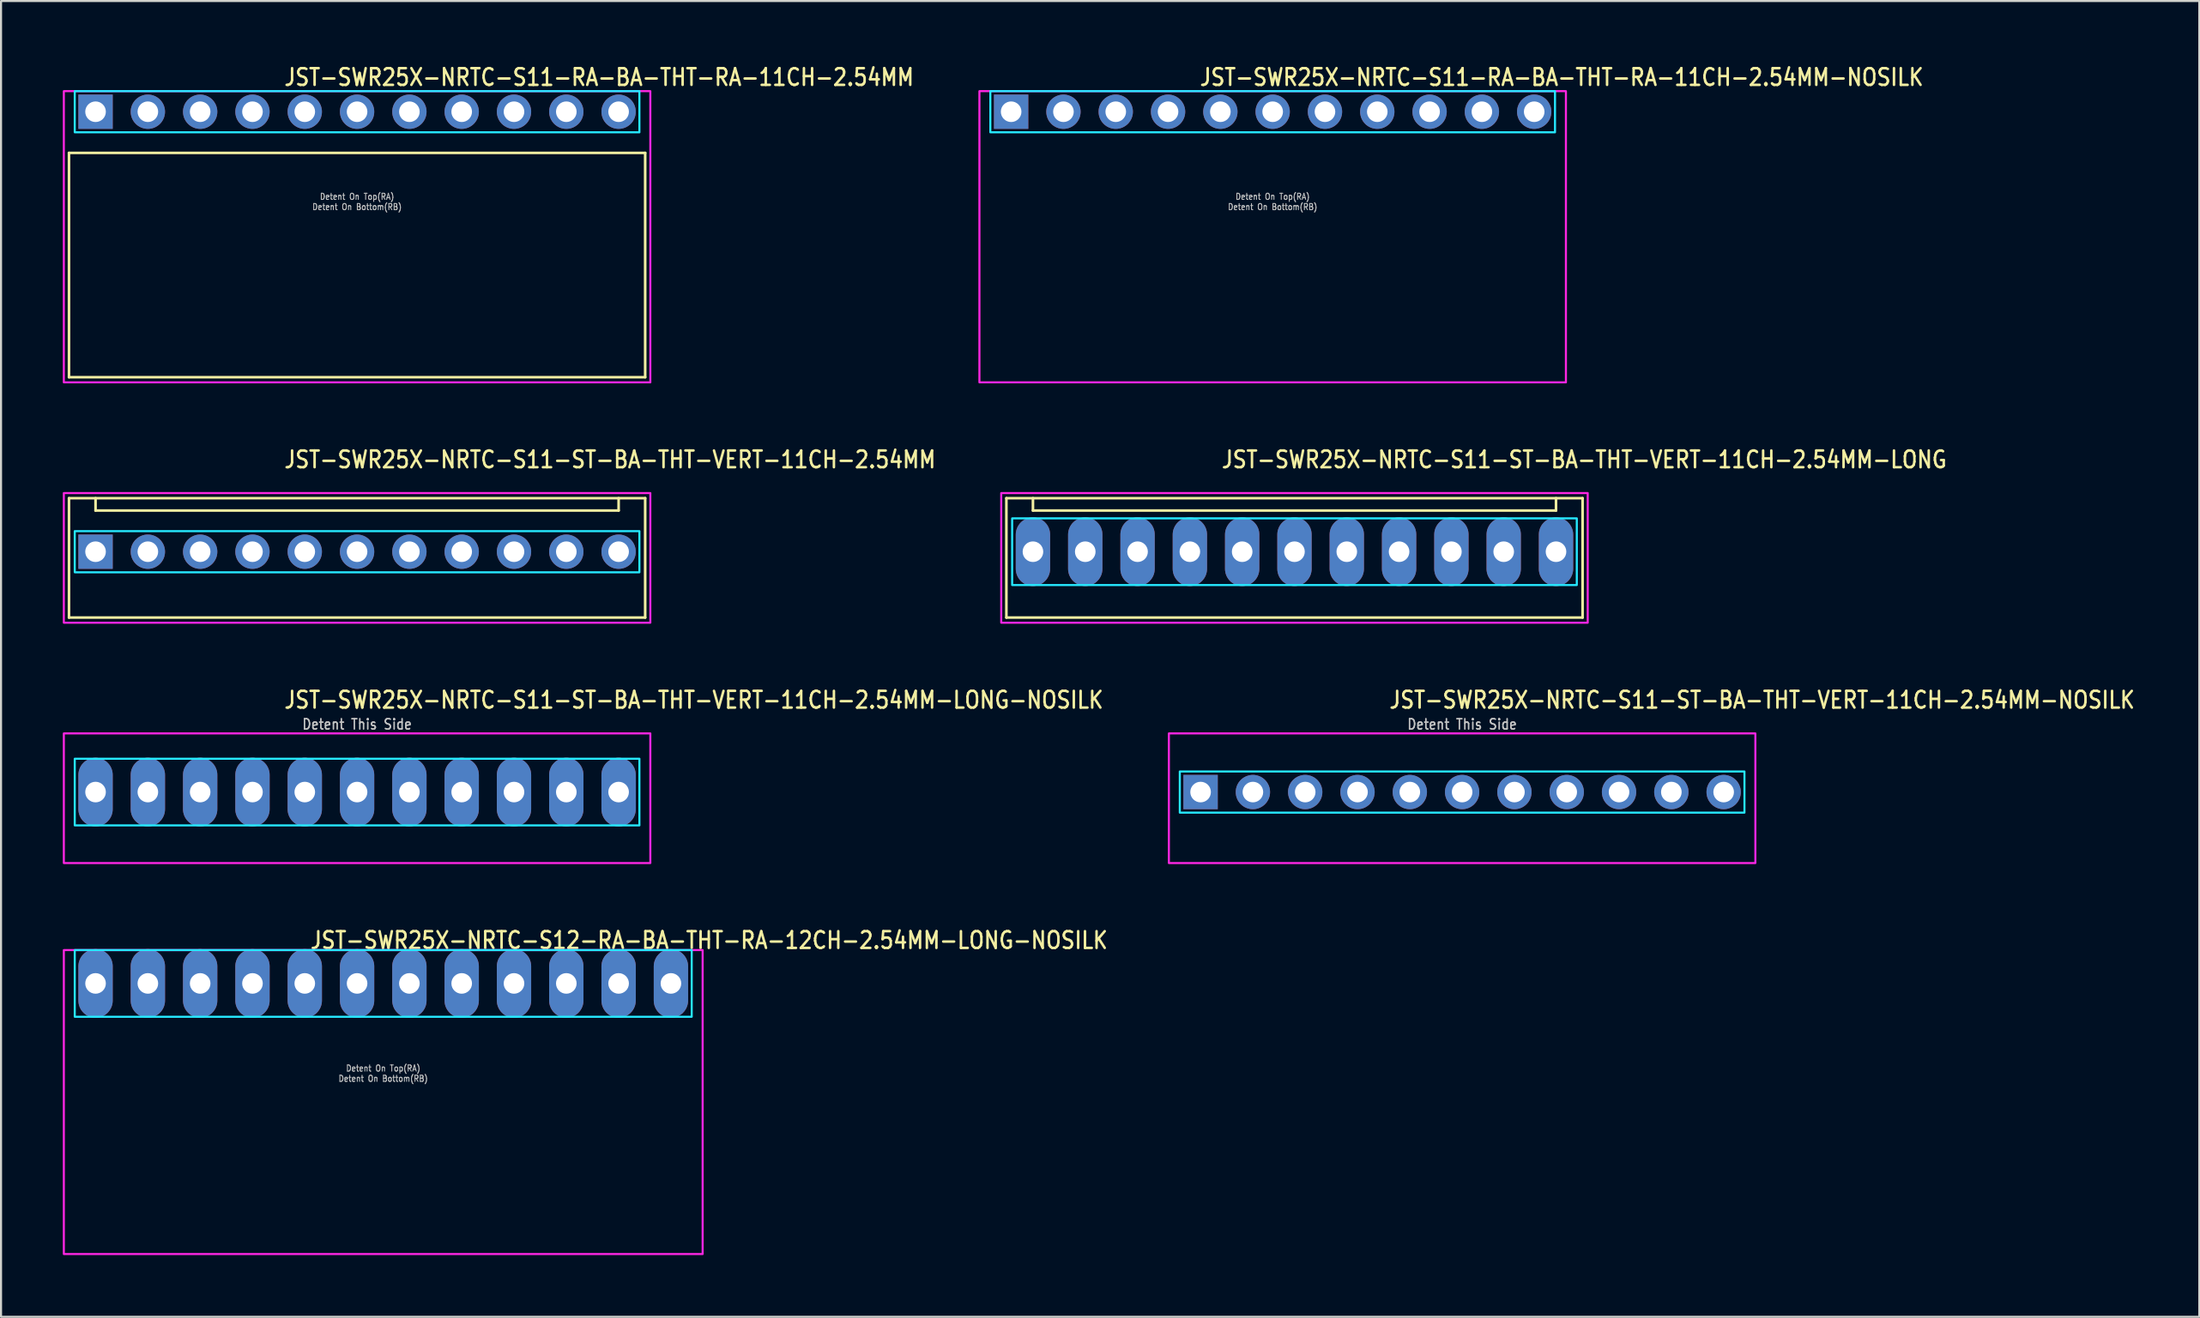
<source format=kicad_pcb>
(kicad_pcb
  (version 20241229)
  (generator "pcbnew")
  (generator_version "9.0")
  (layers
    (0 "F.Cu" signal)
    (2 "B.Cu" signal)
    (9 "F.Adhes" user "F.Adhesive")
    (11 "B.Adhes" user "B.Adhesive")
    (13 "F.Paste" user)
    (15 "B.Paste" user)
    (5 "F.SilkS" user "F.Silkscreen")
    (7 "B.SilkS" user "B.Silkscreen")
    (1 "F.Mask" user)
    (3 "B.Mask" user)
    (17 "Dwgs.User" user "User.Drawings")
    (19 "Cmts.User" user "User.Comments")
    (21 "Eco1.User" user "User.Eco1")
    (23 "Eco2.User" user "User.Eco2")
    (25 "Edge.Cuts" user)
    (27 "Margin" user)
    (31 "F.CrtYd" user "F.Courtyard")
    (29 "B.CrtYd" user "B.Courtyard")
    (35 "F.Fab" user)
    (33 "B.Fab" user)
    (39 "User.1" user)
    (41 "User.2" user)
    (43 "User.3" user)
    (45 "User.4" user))
  (footprint "JST-SWR25X-NRTC-S11-RA-BA-THT-RA-11CH-2.54MM-NOSILK"
    (layer "F.Cu")
    (at 58.751 2.379)
    (property "Reference" "JST-SWR25X-NRTC-S11-RA-BA-THT-RA-11CH-2.54MM-NOSILK" (at -3.6 -1.2 0) (unlocked yes) (layer "F.SilkS") (effects (font (size 0.813 0.695) (thickness 0.122)) (justify left bottom)))
    (fp_poly (pts (xy -13.71 -1) (xy -13.71 1) (xy 13.71 1) (xy 13.71 -1)) (stroke (width 0.1) (type solid)) (fill no) (layer "B.CrtYd"))
    (fp_poly (pts (xy -14.24 -1) (xy -14.24 13.15) (xy 14.24 13.15) (xy 14.24 -1)) (stroke (width 0.1) (type solid)) (fill no) (layer "F.CrtYd"))
    (fp_text user "Detent On Bottom(RB)" (at 0 4.8 0) (unlocked yes) (layer "Dwgs.User") (effects (font (size 0.3 0.257) (thickness 0.045)) (justify bottom)))
    (fp_text user "Detent On Top(RA)" (at 0 4.3 0) (unlocked yes) (layer "Dwgs.User") (effects (font (size 0.3 0.257) (thickness 0.045)) (justify bottom)))
    (pad "1" thru_hole rect (at -12.7 0) (size 1.667 1.667) (drill 1) (layers "*.Cu" "*.Mask"))
    (pad "2" thru_hole oval (at -10.16 0) (size 1.667 1.667) (drill 1) (layers "*.Cu" "*.Mask"))
    (pad "3" thru_hole oval (at -7.62 0) (size 1.667 1.667) (drill 1) (layers "*.Cu" "*.Mask"))
    (pad "4" thru_hole oval (at -5.08 0) (size 1.667 1.667) (drill 1) (layers "*.Cu" "*.Mask"))
    (pad "5" thru_hole oval (at -2.54 0) (size 1.667 1.667) (drill 1) (layers "*.Cu" "*.Mask"))
    (pad "6" thru_hole oval (at 0 0) (size 1.667 1.667) (drill 1) (layers "*.Cu" "*.Mask"))
    (pad "7" thru_hole oval (at 2.54 0) (size 1.667 1.667) (drill 1) (layers "*.Cu" "*.Mask"))
    (pad "8" thru_hole oval (at 5.08 0) (size 1.667 1.667) (drill 1) (layers "*.Cu" "*.Mask"))
    (pad "9" thru_hole oval (at 7.62 0) (size 1.667 1.667) (drill 1) (layers "*.Cu" "*.Mask"))
    (pad "10" thru_hole oval (at 10.16 0) (size 1.667 1.667) (drill 1) (layers "*.Cu" "*.Mask"))
    (pad "11" thru_hole oval (at 12.7 0) (size 1.667 1.667) (drill 1) (layers "*.Cu" "*.Mask")))
  (footprint "JST-SWR25X-NRTC-S11-ST-BA-THT-VERT-11CH-2.54MM-LONG"
    (layer "F.Cu")
    (at 59.81 23.757)
    (property "Reference" "JST-SWR25X-NRTC-S11-ST-BA-THT-VERT-11CH-2.54MM-LONG" (at -3.6 -4 0) (unlocked yes) (layer "F.SilkS") (effects (font (size 0.813 0.695) (thickness 0.122)) (justify left bottom)))
    (fp_line (start -13.99 -2.6) (end 13.99 -2.6) (stroke (width 0.127) (type solid)) (layer "F.SilkS"))
    (fp_line (start -13.99 3.2) (end -13.99 -2.6) (stroke (width 0.127) (type solid)) (layer "F.SilkS"))
    (fp_line (start -13.99 3.2) (end 13.99 3.2) (stroke (width 0.127) (type solid)) (layer "F.SilkS"))
    (fp_line (start -12.7 -2.6) (end -12.7 -2) (stroke (width 0.127) (type solid)) (layer "F.SilkS"))
    (fp_line (start -12.7 -2) (end 12.7 -2) (stroke (width 0.127) (type solid)) (layer "F.SilkS"))
    (fp_line (start 12.7 -2.6) (end 12.7 -2) (stroke (width 0.127) (type solid)) (layer "F.SilkS"))
    (fp_line (start 13.99 -2.6) (end 13.99 3.2) (stroke (width 0.127) (type solid)) (layer "F.SilkS"))
    (fp_poly (pts (xy -13.71 -1.62) (xy -13.71 1.62) (xy 13.71 1.62) (xy 13.71 -1.62)) (stroke (width 0.1) (type solid)) (fill no) (layer "B.CrtYd"))
    (fp_poly (pts (xy -14.24 -2.85) (xy -14.24 3.45) (xy 14.24 3.45) (xy 14.24 -2.85)) (stroke (width 0.1) (type solid)) (fill no) (layer "F.CrtYd"))
    (pad "1" thru_hole oval (at -12.7 0 90) (size 3.333 1.667) (drill 1) (layers "*.Cu" "*.Mask"))
    (pad "2" thru_hole oval (at -10.16 0 90) (size 3.333 1.667) (drill 1) (layers "*.Cu" "*.Mask"))
    (pad "3" thru_hole oval (at -7.62 0 90) (size 3.333 1.667) (drill 1) (layers "*.Cu" "*.Mask"))
    (pad "4" thru_hole oval (at -5.08 0 90) (size 3.333 1.667) (drill 1) (layers "*.Cu" "*.Mask"))
    (pad "5" thru_hole oval (at -2.54 0 90) (size 3.333 1.667) (drill 1) (layers "*.Cu" "*.Mask"))
    (pad "6" thru_hole oval (at 0 0 90) (size 3.333 1.667) (drill 1) (layers "*.Cu" "*.Mask"))
    (pad "7" thru_hole oval (at 2.54 0 90) (size 3.333 1.667) (drill 1) (layers "*.Cu" "*.Mask"))
    (pad "8" thru_hole oval (at 5.08 0 90) (size 3.333 1.667) (drill 1) (layers "*.Cu" "*.Mask"))
    (pad "9" thru_hole oval (at 7.62 0 90) (size 3.333 1.667) (drill 1) (layers "*.Cu" "*.Mask"))
    (pad "10" thru_hole oval (at 10.16 0 90) (size 3.333 1.667) (drill 1) (layers "*.Cu" "*.Mask"))
    (pad "11" thru_hole oval (at 12.7 0 90) (size 3.333 1.667) (drill 1) (layers "*.Cu" "*.Mask")))
  (footprint "JST-SWR25X-NRTC-S11-ST-BA-THT-VERT-11CH-2.54MM-LONG-NOSILK"
    (layer "F.Cu")
    (at 14.29 35.436)
    (property "Reference" "JST-SWR25X-NRTC-S11-ST-BA-THT-VERT-11CH-2.54MM-LONG-NOSILK" (at -3.6 -4 0) (unlocked yes) (layer "F.SilkS") (effects (font (size 0.813 0.695) (thickness 0.122)) (justify left bottom)))
    (fp_poly (pts (xy -13.71 -1.62) (xy -13.71 1.62) (xy 13.71 1.62) (xy 13.71 -1.62)) (stroke (width 0.1) (type solid)) (fill no) (layer "B.CrtYd"))
    (fp_poly (pts (xy -14.24 -2.85) (xy -14.24 3.45) (xy 14.24 3.45) (xy 14.24 -2.85)) (stroke (width 0.1) (type solid)) (fill no) (layer "F.CrtYd"))
    (fp_text user "Detent This Side" (at 0 -3 0) (unlocked yes) (layer "Dwgs.User") (effects (font (size 0.5 0.427) (thickness 0.075)) (justify bottom)))
    (pad "1" thru_hole oval (at -12.7 0 90) (size 3.333 1.667) (drill 1) (layers "*.Cu" "*.Mask"))
    (pad "2" thru_hole oval (at -10.16 0 90) (size 3.333 1.667) (drill 1) (layers "*.Cu" "*.Mask"))
    (pad "3" thru_hole oval (at -7.62 0 90) (size 3.333 1.667) (drill 1) (layers "*.Cu" "*.Mask"))
    (pad "4" thru_hole oval (at -5.08 0 90) (size 3.333 1.667) (drill 1) (layers "*.Cu" "*.Mask"))
    (pad "5" thru_hole oval (at -2.54 0 90) (size 3.333 1.667) (drill 1) (layers "*.Cu" "*.Mask"))
    (pad "6" thru_hole oval (at 0 0 90) (size 3.333 1.667) (drill 1) (layers "*.Cu" "*.Mask"))
    (pad "7" thru_hole oval (at 2.54 0 90) (size 3.333 1.667) (drill 1) (layers "*.Cu" "*.Mask"))
    (pad "8" thru_hole oval (at 5.08 0 90) (size 3.333 1.667) (drill 1) (layers "*.Cu" "*.Mask"))
    (pad "9" thru_hole oval (at 7.62 0 90) (size 3.333 1.667) (drill 1) (layers "*.Cu" "*.Mask"))
    (pad "10" thru_hole oval (at 10.16 0 90) (size 3.333 1.667) (drill 1) (layers "*.Cu" "*.Mask"))
    (pad "11" thru_hole oval (at 12.7 0 90) (size 3.333 1.667) (drill 1) (layers "*.Cu" "*.Mask")))
  (footprint "JST-SWR25X-NRTC-S11-RA-BA-THT-RA-11CH-2.54MM"
    (layer "F.Cu")
    (at 14.29 2.379)
    (property "Reference" "JST-SWR25X-NRTC-S11-RA-BA-THT-RA-11CH-2.54MM" (at -3.6 -1.2 0) (unlocked yes) (layer "F.SilkS") (effects (font (size 0.813 0.695) (thickness 0.122)) (justify left bottom)))
    (fp_line (start -13.99 2) (end 13.99 2) (stroke (width 0.127) (type solid)) (layer "F.SilkS"))
    (fp_line (start -13.99 12.9) (end -13.99 2) (stroke (width 0.127) (type solid)) (layer "F.SilkS"))
    (fp_line (start -13.99 12.9) (end 13.99 12.9) (stroke (width 0.127) (type solid)) (layer "F.SilkS"))
    (fp_line (start 13.99 2) (end 13.99 12.9) (stroke (width 0.127) (type solid)) (layer "F.SilkS"))
    (fp_poly (pts (xy -13.71 -1) (xy -13.71 1) (xy 13.71 1) (xy 13.71 -1)) (stroke (width 0.1) (type solid)) (fill no) (layer "B.CrtYd"))
    (fp_poly (pts (xy -14.24 -1) (xy -14.24 13.15) (xy 14.24 13.15) (xy 14.24 -1)) (stroke (width 0.1) (type solid)) (fill no) (layer "F.CrtYd"))
    (fp_text user "Detent On Bottom(RB)" (at 0 4.8 0) (unlocked yes) (layer "Dwgs.User") (effects (font (size 0.3 0.257) (thickness 0.045)) (justify bottom)))
    (fp_text user "Detent On Top(RA)" (at 0 4.3 0) (unlocked yes) (layer "Dwgs.User") (effects (font (size 0.3 0.257) (thickness 0.045)) (justify bottom)))
    (pad "1" thru_hole rect (at -12.7 0) (size 1.667 1.667) (drill 1) (layers "*.Cu" "*.Mask"))
    (pad "2" thru_hole oval (at -10.16 0) (size 1.667 1.667) (drill 1) (layers "*.Cu" "*.Mask"))
    (pad "3" thru_hole oval (at -7.62 0) (size 1.667 1.667) (drill 1) (layers "*.Cu" "*.Mask"))
    (pad "4" thru_hole oval (at -5.08 0) (size 1.667 1.667) (drill 1) (layers "*.Cu" "*.Mask"))
    (pad "5" thru_hole oval (at -2.54 0) (size 1.667 1.667) (drill 1) (layers "*.Cu" "*.Mask"))
    (pad "6" thru_hole oval (at 0 0) (size 1.667 1.667) (drill 1) (layers "*.Cu" "*.Mask"))
    (pad "7" thru_hole oval (at 2.54 0) (size 1.667 1.667) (drill 1) (layers "*.Cu" "*.Mask"))
    (pad "8" thru_hole oval (at 5.08 0) (size 1.667 1.667) (drill 1) (layers "*.Cu" "*.Mask"))
    (pad "9" thru_hole oval (at 7.62 0) (size 1.667 1.667) (drill 1) (layers "*.Cu" "*.Mask"))
    (pad "10" thru_hole oval (at 10.16 0) (size 1.667 1.667) (drill 1) (layers "*.Cu" "*.Mask"))
    (pad "11" thru_hole oval (at 12.7 0) (size 1.667 1.667) (drill 1) (layers "*.Cu" "*.Mask")))
  (footprint "JST-SWR25X-NRTC-S11-ST-BA-THT-VERT-11CH-2.54MM-NOSILK"
    (layer "F.Cu")
    (at 67.951 35.436)
    (property "Reference" "JST-SWR25X-NRTC-S11-ST-BA-THT-VERT-11CH-2.54MM-NOSILK" (at -3.6 -4 0) (unlocked yes) (layer "F.SilkS") (effects (font (size 0.813 0.695) (thickness 0.122)) (justify left bottom)))
    (fp_poly (pts (xy -13.71 -1) (xy -13.71 1) (xy 13.71 1) (xy 13.71 -1)) (stroke (width 0.1) (type solid)) (fill no) (layer "B.CrtYd"))
    (fp_poly (pts (xy -14.24 -2.85) (xy -14.24 3.45) (xy 14.24 3.45) (xy 14.24 -2.85)) (stroke (width 0.1) (type solid)) (fill no) (layer "F.CrtYd"))
    (fp_text user "Detent This Side" (at 0 -3 0) (unlocked yes) (layer "Dwgs.User") (effects (font (size 0.5 0.427) (thickness 0.075)) (justify bottom)))
    (pad "1" thru_hole rect (at -12.7 0) (size 1.667 1.667) (drill 1) (layers "*.Cu" "*.Mask"))
    (pad "2" thru_hole oval (at -10.16 0) (size 1.667 1.667) (drill 1) (layers "*.Cu" "*.Mask"))
    (pad "3" thru_hole oval (at -7.62 0) (size 1.667 1.667) (drill 1) (layers "*.Cu" "*.Mask"))
    (pad "4" thru_hole oval (at -5.08 0) (size 1.667 1.667) (drill 1) (layers "*.Cu" "*.Mask"))
    (pad "5" thru_hole oval (at -2.54 0) (size 1.667 1.667) (drill 1) (layers "*.Cu" "*.Mask"))
    (pad "6" thru_hole oval (at 0 0) (size 1.667 1.667) (drill 1) (layers "*.Cu" "*.Mask"))
    (pad "7" thru_hole oval (at 2.54 0) (size 1.667 1.667) (drill 1) (layers "*.Cu" "*.Mask"))
    (pad "8" thru_hole oval (at 5.08 0) (size 1.667 1.667) (drill 1) (layers "*.Cu" "*.Mask"))
    (pad "9" thru_hole oval (at 7.62 0) (size 1.667 1.667) (drill 1) (layers "*.Cu" "*.Mask"))
    (pad "10" thru_hole oval (at 10.16 0) (size 1.667 1.667) (drill 1) (layers "*.Cu" "*.Mask"))
    (pad "11" thru_hole oval (at 12.7 0) (size 1.667 1.667) (drill 1) (layers "*.Cu" "*.Mask")))
  (footprint "JST-SWR25X-NRTC-S11-ST-BA-THT-VERT-11CH-2.54MM"
    (layer "F.Cu")
    (at 14.29 23.757)
    (property "Reference" "JST-SWR25X-NRTC-S11-ST-BA-THT-VERT-11CH-2.54MM" (at -3.6 -4 0) (unlocked yes) (layer "F.SilkS") (effects (font (size 0.813 0.695) (thickness 0.122)) (justify left bottom)))
    (fp_line (start -13.99 -2.6) (end 13.99 -2.6) (stroke (width 0.127) (type solid)) (layer "F.SilkS"))
    (fp_line (start -13.99 3.2) (end -13.99 -2.6) (stroke (width 0.127) (type solid)) (layer "F.SilkS"))
    (fp_line (start -13.99 3.2) (end 13.99 3.2) (stroke (width 0.127) (type solid)) (layer "F.SilkS"))
    (fp_line (start -12.7 -2.6) (end -12.7 -2) (stroke (width 0.127) (type solid)) (layer "F.SilkS"))
    (fp_line (start -12.7 -2) (end 12.7 -2) (stroke (width 0.127) (type solid)) (layer "F.SilkS"))
    (fp_line (start 12.7 -2.6) (end 12.7 -2) (stroke (width 0.127) (type solid)) (layer "F.SilkS"))
    (fp_line (start 13.99 -2.6) (end 13.99 3.2) (stroke (width 0.127) (type solid)) (layer "F.SilkS"))
    (fp_poly (pts (xy -13.71 -1) (xy -13.71 1) (xy 13.71 1) (xy 13.71 -1)) (stroke (width 0.1) (type solid)) (fill no) (layer "B.CrtYd"))
    (fp_poly (pts (xy -14.24 -2.85) (xy -14.24 3.45) (xy 14.24 3.45) (xy 14.24 -2.85)) (stroke (width 0.1) (type solid)) (fill no) (layer "F.CrtYd"))
    (pad "1" thru_hole rect (at -12.7 0) (size 1.667 1.667) (drill 1) (layers "*.Cu" "*.Mask"))
    (pad "2" thru_hole oval (at -10.16 0) (size 1.667 1.667) (drill 1) (layers "*.Cu" "*.Mask"))
    (pad "3" thru_hole oval (at -7.62 0) (size 1.667 1.667) (drill 1) (layers "*.Cu" "*.Mask"))
    (pad "4" thru_hole oval (at -5.08 0) (size 1.667 1.667) (drill 1) (layers "*.Cu" "*.Mask"))
    (pad "5" thru_hole oval (at -2.54 0) (size 1.667 1.667) (drill 1) (layers "*.Cu" "*.Mask"))
    (pad "6" thru_hole oval (at 0 0) (size 1.667 1.667) (drill 1) (layers "*.Cu" "*.Mask"))
    (pad "7" thru_hole oval (at 2.54 0) (size 1.667 1.667) (drill 1) (layers "*.Cu" "*.Mask"))
    (pad "8" thru_hole oval (at 5.08 0) (size 1.667 1.667) (drill 1) (layers "*.Cu" "*.Mask"))
    (pad "9" thru_hole oval (at 7.62 0) (size 1.667 1.667) (drill 1) (layers "*.Cu" "*.Mask"))
    (pad "10" thru_hole oval (at 10.16 0) (size 1.667 1.667) (drill 1) (layers "*.Cu" "*.Mask"))
    (pad "11" thru_hole oval (at 12.7 0) (size 1.667 1.667) (drill 1) (layers "*.Cu" "*.Mask")))
  (footprint "JST-SWR25X-NRTC-S12-RA-BA-THT-RA-12CH-2.54MM-LONG-NOSILK"
    (layer "F.Cu")
    (at 15.56 44.734)
    (property "Reference" "JST-SWR25X-NRTC-S12-RA-BA-THT-RA-12CH-2.54MM-LONG-NOSILK" (at -3.6 -1.62 0) (unlocked yes) (layer "F.SilkS") (effects (font (size 0.813 0.695) (thickness 0.122)) (justify left bottom)))
    (fp_poly (pts (xy -14.98 -1.62) (xy -14.98 1.62) (xy 14.98 1.62) (xy 14.98 -1.62)) (stroke (width 0.1) (type solid)) (fill no) (layer "B.CrtYd"))
    (fp_poly (pts (xy -15.51 -1.62) (xy -15.51 13.15) (xy 15.51 13.15) (xy 15.51 -1.62)) (stroke (width 0.1) (type solid)) (fill no) (layer "F.CrtYd"))
    (fp_text user "Detent On Top(RA)" (at 0 4.3 0) (unlocked yes) (layer "Dwgs.User") (effects (font (size 0.3 0.257) (thickness 0.045)) (justify bottom)))
    (fp_text user "Detent On Bottom(RB)" (at 0 4.8 0) (unlocked yes) (layer "Dwgs.User") (effects (font (size 0.3 0.257) (thickness 0.045)) (justify bottom)))
    (pad "1" thru_hole oval (at -13.97 0 90) (size 3.333 1.667) (drill 1) (layers "*.Cu" "*.Mask"))
    (pad "2" thru_hole oval (at -11.43 0 90) (size 3.333 1.667) (drill 1) (layers "*.Cu" "*.Mask"))
    (pad "3" thru_hole oval (at -8.89 0 90) (size 3.333 1.667) (drill 1) (layers "*.Cu" "*.Mask"))
    (pad "4" thru_hole oval (at -6.35 0 90) (size 3.333 1.667) (drill 1) (layers "*.Cu" "*.Mask"))
    (pad "5" thru_hole oval (at -3.81 0 90) (size 3.333 1.667) (drill 1) (layers "*.Cu" "*.Mask"))
    (pad "6" thru_hole oval (at -1.27 0 90) (size 3.333 1.667) (drill 1) (layers "*.Cu" "*.Mask"))
    (pad "7" thru_hole oval (at 1.27 0 90) (size 3.333 1.667) (drill 1) (layers "*.Cu" "*.Mask"))
    (pad "8" thru_hole oval (at 3.81 0 90) (size 3.333 1.667) (drill 1) (layers "*.Cu" "*.Mask"))
    (pad "9" thru_hole oval (at 6.35 0 90) (size 3.333 1.667) (drill 1) (layers "*.Cu" "*.Mask"))
    (pad "10" thru_hole oval (at 8.89 0 90) (size 3.333 1.667) (drill 1) (layers "*.Cu" "*.Mask"))
    (pad "11" thru_hole oval (at 11.43 0 90) (size 3.333 1.667) (drill 1) (layers "*.Cu" "*.Mask"))
    (pad "12" thru_hole oval (at 13.97 0 90) (size 3.333 1.667) (drill 1) (layers "*.Cu" "*.Mask")))
  (gr_rect
    (start -3 -3)
    (end 103.748 60.934)
    (stroke (width 0.1) (type default))
    (fill no)
    (layer "Edge.Cuts")))
</source>
